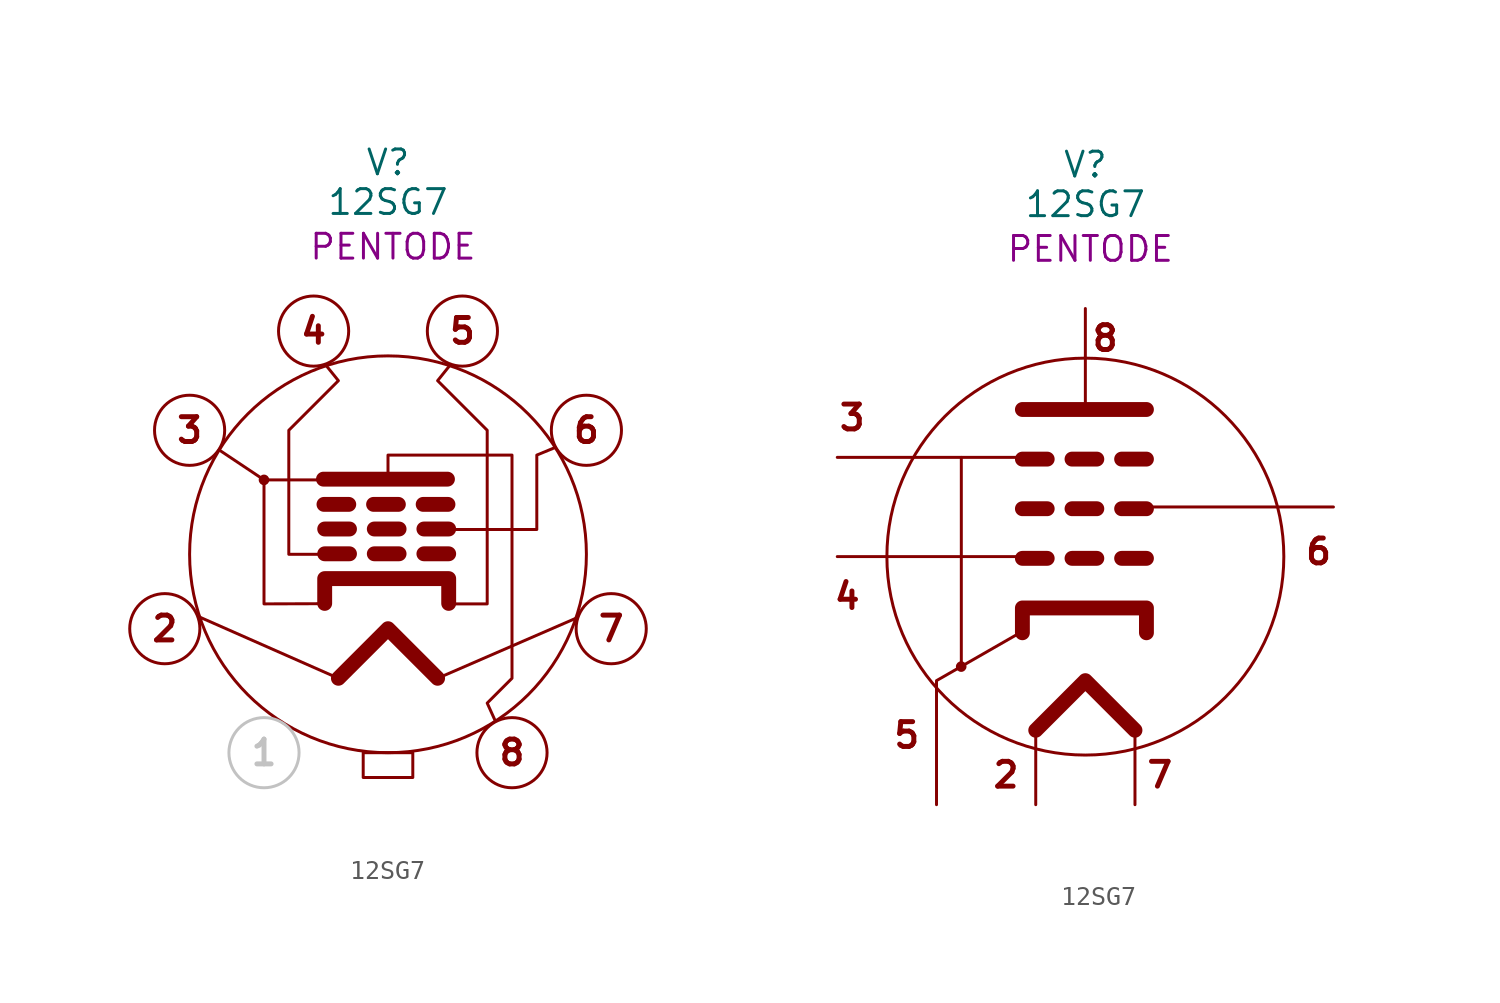
<source format=kicad_sym>
(kicad_symbol_lib
  (version 20231120)
  (generator "kicad_symbol_editor")
  (generator_version "8.0")
  (symbol "12SG7"
    (pin_numbers hide)
    (pin_names hide)
    (property "Reference" "V"
      (at 0 20.066 0)
      (effects (font (size 1.27 1.27))))
    (property "Value" "12SG7"
      (at 0 18.034 0)
      (effects (font (size 1.27 1.27))))
    (property "Description" "PENTODE"
      (at 0.254 15.748 0)
      (effects (font (size 1.27 1.27))))
    (symbol "12SG7_0_1"
      (polyline (pts (xy -2.54 -6.35) (xy -9.662 -3.209)) (stroke (width 0) (type default)) (fill (type none))))
    (symbol "12SG7_0_2"
      (polyline (pts (xy -12.7 5.08) (xy -2.54 5.08)) (stroke (width 0) (type default)) (fill (type none)))
      (polyline (pts (xy -6.35 -5.6) (xy -6.35 5.08)) (stroke (width 0) (type default)) (fill (type none)))
      (polyline (pts (xy -2.54 -8.89) (xy -2.54 -12.7)) (stroke (width 0) (type default)) (fill (type none)))
      (polyline (pts (xy -2.54 0) (xy -12.7 0)) (stroke (width 0) (type default)) (fill (type none)))
      (polyline (pts (xy 0 7.62) (xy 0 12.7)) (stroke (width 0) (type default)) (fill (type none)))
      (polyline (pts (xy 2.54 2.54) (xy 12.7 2.54)) (stroke (width 0) (type default)) (fill (type none)))
      (polyline (pts (xy -7.62 -12.7) (xy -7.62 -6.35) (xy -3.258 -3.849)) (stroke (width 0) (type default)) (fill (type none))))
    (symbol "12SG7_1_0"
      (circle (center 0 0) (radius 10.16) (stroke (width 0) (type default)) (fill (type none))))
    (symbol "12SG7_1_1"
      (circle (center -11.43 -3.81) (radius 1.796) (stroke (width 0) (type default)) (fill (type none)))
      (circle (center -10.16 6.35) (radius 1.796) (stroke (width 0) (type default)) (fill (type none)))
      (circle (center -6.35 -10.16) (radius 1.796) (stroke (width 0) (type default) (color 194 194 194 1)) (fill (type none)))
      (circle (center -6.35 3.81) (radius 0.195) (stroke (width 0) (type default)) (fill (type outline)))
      (circle (center -3.81 11.43) (radius 1.796) (stroke (width 0) (type default)) (fill (type none)))
      (rectangle (start -1.27 -10.16) (end 1.27 -11.43) (stroke (width 0) (type default)) (fill (type none)))
      (polyline (pts (xy -3.305 3.848) (xy 3.045 3.848)) (stroke (width 0.762) (type default)) (fill (type none)))
      (polyline (pts (xy -3.279 2.556) (xy -2.009 2.556)) (stroke (width 0.762) (type solid)) (fill (type none)))
      (polyline (pts (xy -3.242 0.025) (xy -1.972 0.025)) (stroke (width 0.762) (type solid)) (fill (type none)))
      (polyline (pts (xy -3.242 1.295) (xy -1.972 1.295)) (stroke (width 0.762) (type solid)) (fill (type none)))
      (polyline (pts (xy -0.739 2.556) (xy 0.531 2.556)) (stroke (width 0.762) (type solid)) (fill (type none)))
      (polyline (pts (xy -0.702 0.025) (xy 0.568 0.025)) (stroke (width 0.762) (type solid)) (fill (type none)))
      (polyline (pts (xy -0.702 1.295) (xy 0.568 1.295)) (stroke (width 0.762) (type solid)) (fill (type none)))
      (polyline (pts (xy 1.801 2.556) (xy 3.071 2.556)) (stroke (width 0.762) (type solid)) (fill (type none)))
      (polyline (pts (xy 1.838 0.025) (xy 3.108 0.025)) (stroke (width 0.762) (type solid)) (fill (type none)))
      (polyline (pts (xy 1.838 1.295) (xy 3.108 1.295)) (stroke (width 0.762) (type solid)) (fill (type none)))
      (polyline (pts (xy 2.54 -6.35) (xy 9.704 -3.24)) (stroke (width 0) (type default)) (fill (type none)))
      (polyline (pts (xy -6.35 3.81) (xy -6.35 -2.54) (xy -3.202 -2.53)) (stroke (width 0) (type default)) (fill (type none)))
      (polyline (pts (xy -2.54 -6.35) (xy 0 -3.81) (xy 2.54 -6.35)) (stroke (width 0.762) (type default)) (fill (type none)))
      (polyline (pts (xy -2.54 3.81) (xy -6.35 3.81) (xy -8.65 5.345)) (stroke (width 0) (type default)) (fill (type none)))
      (polyline (pts (xy -3.242 -2.515) (xy -3.242 -1.245) (xy 3.108 -1.245) (xy 3.108 -2.515)) (stroke (width 0.762) (type default)) (fill (type none)))
      (polyline (pts (xy 2.54 1.27) (xy 7.62 1.27) (xy 7.62 5.08) (xy 8.573 5.474)) (stroke (width 0) (type default)) (fill (type none)))
      (polyline (pts (xy -2.54 0) (xy -5.08 0) (xy -5.08 6.35) (xy -2.54 8.89) (xy -3.202 9.709)) (stroke (width 0) (type default)) (fill (type none)))
      (polyline (pts (xy 3.13 -2.54) (xy 5.08 -2.54) (xy 5.08 6.35) (xy 2.54 8.89) (xy 3.176 9.683)) (stroke (width 0) (type default)) (fill (type none)))
      (polyline (pts (xy 0 3.81) (xy 0 5.08) (xy 6.35 5.08) (xy 6.35 -6.35) (xy 5.08 -7.62) (xy 5.488 -8.521)) (stroke (width 0) (type default)) (fill (type none)))
      (circle (center 3.81 11.43) (radius 1.796) (stroke (width 0) (type default)) (fill (type none)))
      (circle (center 6.35 -10.16) (radius 1.796) (stroke (width 0) (type default)) (fill (type none)))
      (circle (center 10.16 6.35) (radius 1.796) (stroke (width 0) (type default)) (fill (type none)))
      (circle (center 11.43 -3.81) (radius 1.796) (stroke (width 0) (type default)) (fill (type none)))
      (text "1" (at -6.35 -10.16 0) (effects (font (size 1.27 1.27) (thickness 0.254) (bold yes) (color 194 194 194 1))))
      (text "2" (at -11.43 -3.81 0) (effects (font (size 1.27 1.27) (thickness 0.254) (bold yes))))
      (text "3" (at -10.16 6.35 0) (effects (font (size 1.27 1.27) (thickness 0.254) (bold yes))))
      (text "4" (at -3.81 11.43 0) (effects (font (size 1.27 1.27) (thickness 0.254) (bold yes))))
      (text "5" (at 3.81 11.43 0) (effects (font (size 1.27 1.27) (thickness 0.254) (bold yes))))
      (text "6" (at 10.16 6.35 0) (effects (font (size 1.27 1.27) (thickness 0.254) (bold yes))))
      (text "7" (at 11.43 -3.81 0) (effects (font (size 1.27 1.27) (thickness 0.254) (bold yes))))
      (text "8" (at 6.35 -10.16 0) (effects (font (size 1.27 1.27) (thickness 0.254) (bold yes))))
      (pin bidirectional line (at -11.43 -3.81 0) (length 1.778) hide (name "H" (effects (font (size 1.27 1.27)))) (number "2" (effects (font (size 1.27 1.27)))))
      (pin bidirectional line (at -10.16 6.35 0) (length 1.778) hide (name "C,G3" (effects (font (size 1.27 1.27)))) (number "3" (effects (font (size 1.27 1.27)))))
      (pin bidirectional line (at -3.81 11.43 0) (length 1.778) hide (name "G1" (effects (font (size 1.27 1.27)))) (number "4" (effects (font (size 1.27 1.27)))))
      (pin bidirectional line (at 3.81 11.43 0) (length 1.778) hide (name "C" (effects (font (size 1.27 1.27)))) (number "5" (effects (font (size 1.27 1.27)))))
      (pin bidirectional line (at 10.16 6.35 0) (length 1.778) hide (name "G2" (effects (font (size 1.27 1.27)))) (number "6" (effects (font (size 1.27 1.27)))))
      (pin bidirectional line (at 11.43 -3.81 0) (length 1.778) hide (name "H" (effects (font (size 1.27 1.27)))) (number "7" (effects (font (size 1.27 1.27)))))
      (pin bidirectional line (at 6.35 -10.16 0) (length 1.778) hide (name "P" (effects (font (size 1.27 1.27)))) (number "8" (effects (font (size 1.27 1.27))))))
    (symbol "12SG7_1_2"
      (circle (center -6.356 -5.631) (radius 0.195) (stroke (width 0) (type default)) (fill (type outline)))
      (polyline (pts (xy -3.223 -0.089) (xy -1.953 -0.089)) (stroke (width 0.762) (type solid)) (fill (type none)))
      (polyline (pts (xy -3.223 2.451) (xy -1.953 2.451)) (stroke (width 0.762) (type solid)) (fill (type none)))
      (polyline (pts (xy -3.223 4.991) (xy -1.953 4.991)) (stroke (width 0.762) (type solid)) (fill (type none)))
      (polyline (pts (xy -3.223 7.531) (xy 3.127 7.531)) (stroke (width 0.762) (type default)) (fill (type none)))
      (polyline (pts (xy -0.683 -0.089) (xy 0.587 -0.089)) (stroke (width 0.762) (type solid)) (fill (type none)))
      (polyline (pts (xy -0.683 2.451) (xy 0.587 2.451)) (stroke (width 0.762) (type solid)) (fill (type none)))
      (polyline (pts (xy -0.683 4.991) (xy 0.587 4.991)) (stroke (width 0.762) (type solid)) (fill (type none)))
      (polyline (pts (xy 1.857 -0.089) (xy 3.127 -0.089)) (stroke (width 0.762) (type solid)) (fill (type none)))
      (polyline (pts (xy 1.857 2.451) (xy 3.127 2.451)) (stroke (width 0.762) (type solid)) (fill (type none)))
      (polyline (pts (xy 1.857 4.991) (xy 3.127 4.991)) (stroke (width 0.762) (type solid)) (fill (type none)))
      (polyline (pts (xy 2.54 -8.89) (xy 2.54 -12.7)) (stroke (width 0) (type default)) (fill (type none)))
      (polyline (pts (xy -2.54 -8.89) (xy 0 -6.35) (xy 2.54 -8.89)) (stroke (width 0.762) (type default)) (fill (type none)))
      (polyline (pts (xy -3.223 -3.899) (xy -3.223 -2.629) (xy 3.127 -2.629) (xy 3.127 -3.899)) (stroke (width 0.762) (type default)) (fill (type none)))
      (text "2" (at -4.064 -11.176 0) (effects (font (size 1.27 1.27) (thickness 0.254) (bold yes))))
      (text "3" (at -11.938 7.112 0) (effects (font (size 1.27 1.27) (thickness 0.254) (bold yes))))
      (text "4" (at -12.192 -2.032 0) (effects (font (size 1.27 1.27) (thickness 0.254) (bold yes))))
      (text "5" (at -9.144 -9.144 0) (effects (font (size 1.27 1.27) (thickness 0.254) (bold yes))))
      (text "6" (at 11.938 0.254 0) (effects (font (size 1.27 1.27) (thickness 0.254) (bold yes))))
      (text "7" (at 3.81 -11.176 0) (effects (font (size 1.27 1.27) (thickness 0.254) (bold yes))))
      (text "8" (at 1.016 11.176 0) (effects (font (size 1.27 1.27) (thickness 0.254) (bold yes))))
      (pin bidirectional line (at -2.54 -12.7 0) (length 1.778) hide (name "H" (effects (font (size 1.27 1.27)))) (number "2" (effects (font (size 1.27 1.27)))))
      (pin bidirectional line (at -12.7 5.08 0) (length 1.778) hide (name "C,G3" (effects (font (size 1.27 1.27)))) (number "3" (effects (font (size 1.27 1.27)))))
      (pin bidirectional line (at -12.7 0 0) (length 1.778) hide (name "G1" (effects (font (size 1.27 1.27)))) (number "4" (effects (font (size 1.27 1.27)))))
      (pin bidirectional line (at -7.62 -12.7 0) (length 1.778) hide (name "C" (effects (font (size 1.27 1.27)))) (number "5" (effects (font (size 1.27 1.27)))))
      (pin bidirectional line (at 12.7 2.54 0) (length 1.778) hide (name "G2" (effects (font (size 1.27 1.27)))) (number "6" (effects (font (size 1.27 1.27)))))
      (pin bidirectional line (at 2.54 -12.7 0) (length 1.778) hide (name "H" (effects (font (size 1.27 1.27)))) (number "7" (effects (font (size 1.27 1.27)))))
      (pin bidirectional line (at 0 12.7 0) (length 1.778) hide (name "P" (effects (font (size 1.27 1.27)))) (number "8" (effects (font (size 1.27 1.27))))))))
</source>
